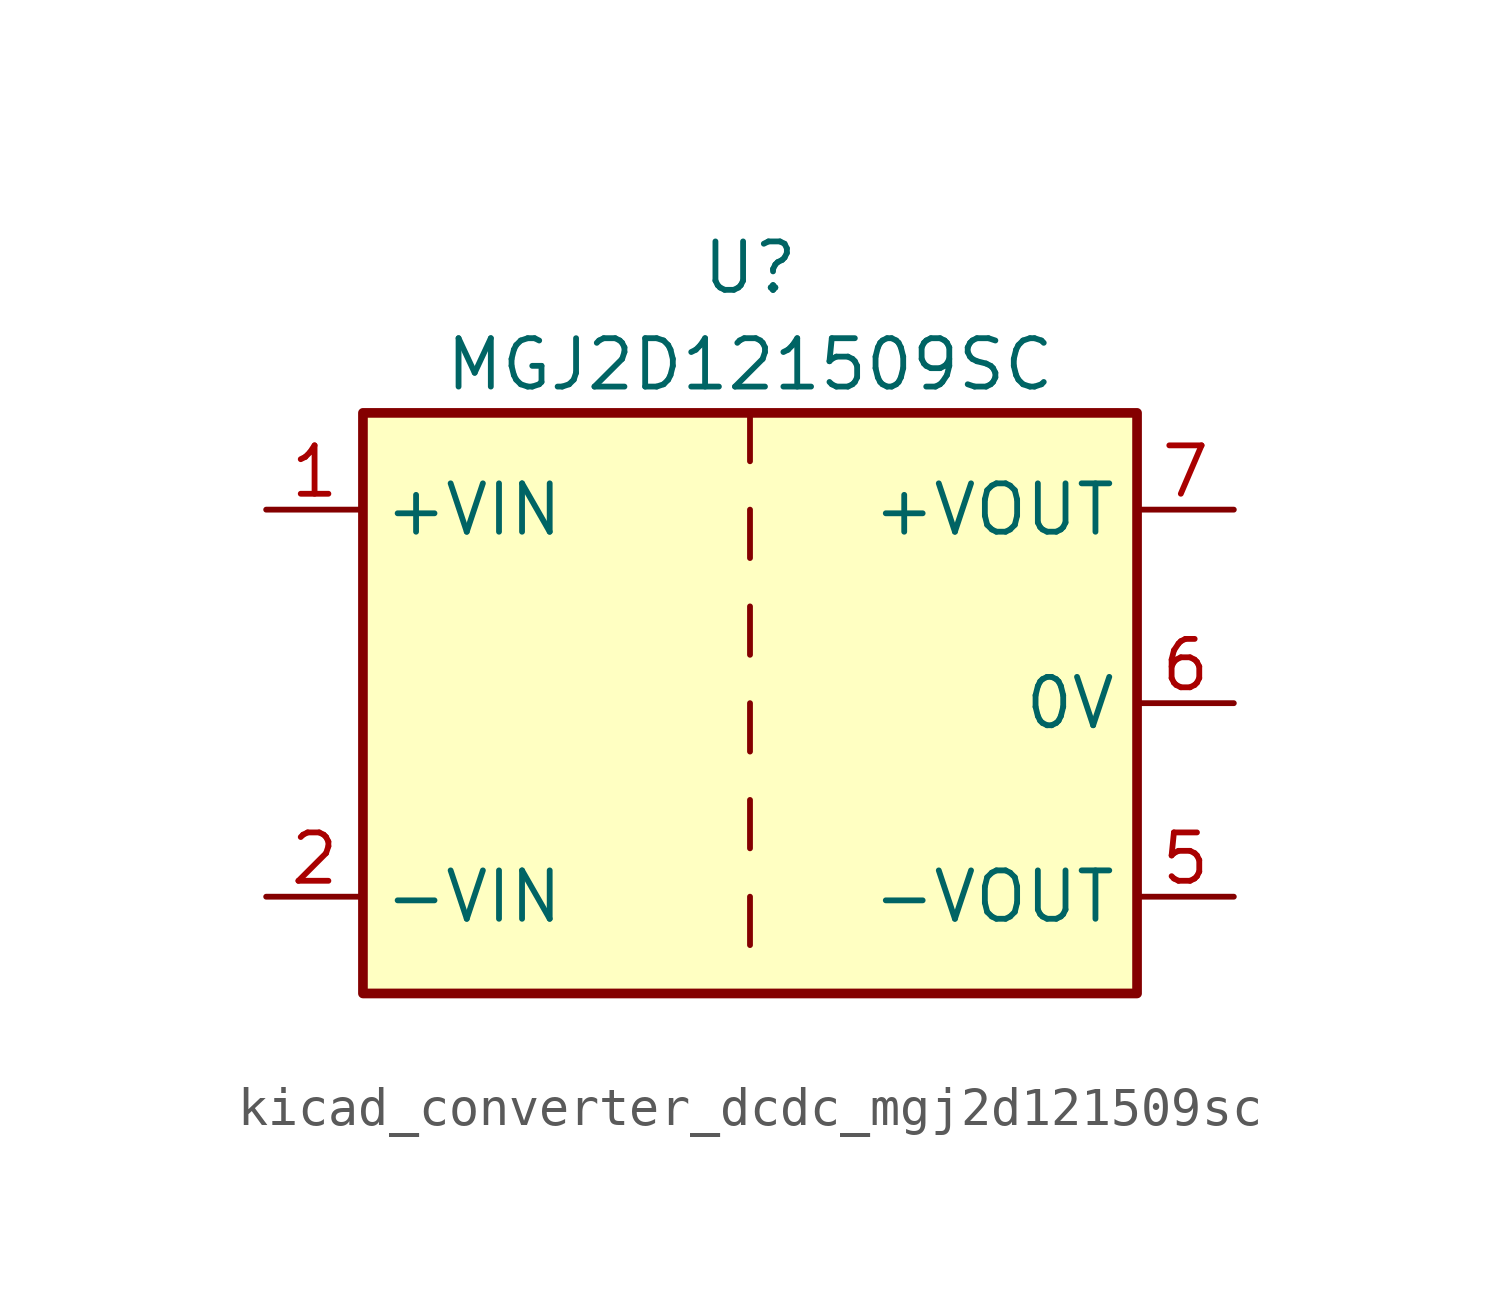
<source format=kicad_sym>
(kicad_symbol_lib
  (version 20220914)
  (generator kicad_symbol_editor)
  (symbol "kicad_converter_dcdc_mgj2d121509sc"
    (property "Reference" "U"
      (at 0 11.43 0)
      (effects (font (size 1.27 1.27))))
    (property "Value" "MGJ2D121509SC"
      (at 0 8.89 0)
      (effects (font (size 1.27 1.27))))
    (symbol "kicad_converter_dcdc_mgj2d121509sc_0_1"
      (rectangle (start -10.16 7.62) (end 10.16 -7.62) (stroke (width 0.254) (type default)) (fill (type background)))
      (polyline (pts (xy 0 -5.08) (xy 0 -6.35)) (stroke (width 0) (type default)) (fill (type none)))
      (polyline (pts (xy 0 -2.54) (xy 0 -3.81)) (stroke (width 0) (type default)) (fill (type none)))
      (polyline (pts (xy 0 0) (xy 0 -1.27)) (stroke (width 0) (type default)) (fill (type none)))
      (polyline (pts (xy 0 2.54) (xy 0 1.27)) (stroke (width 0) (type default)) (fill (type none)))
      (polyline (pts (xy 0 5.08) (xy 0 3.81)) (stroke (width 0) (type default)) (fill (type none)))
      (polyline (pts (xy 0 7.62) (xy 0 6.35)) (stroke (width 0) (type default)) (fill (type none))))
    (symbol "kicad_converter_dcdc_mgj2d121509sc_1_1"
      (pin power_in line (at -12.7 5.08 0) (length 2.54) (name "+VIN" (effects (font (size 1.27 1.27)))) (number "1" (effects (font (size 1.27 1.27)))))
      (pin power_in line (at -12.7 -5.08 0) (length 2.54) (name "-VIN" (effects (font (size 1.27 1.27)))) (number "2" (effects (font (size 1.27 1.27)))))
      (pin power_out line (at 12.7 -5.08 180) (length 2.54) (name "-VOUT" (effects (font (size 1.27 1.27)))) (number "5" (effects (font (size 1.27 1.27)))))
      (pin power_out line (at 12.7 0 180) (length 2.54) (name "0V" (effects (font (size 1.27 1.27)))) (number "6" (effects (font (size 1.27 1.27)))))
      (pin power_out line (at 12.7 5.08 180) (length 2.54) (name "+VOUT" (effects (font (size 1.27 1.27)))) (number "7" (effects (font (size 1.27 1.27))))))))
</source>
